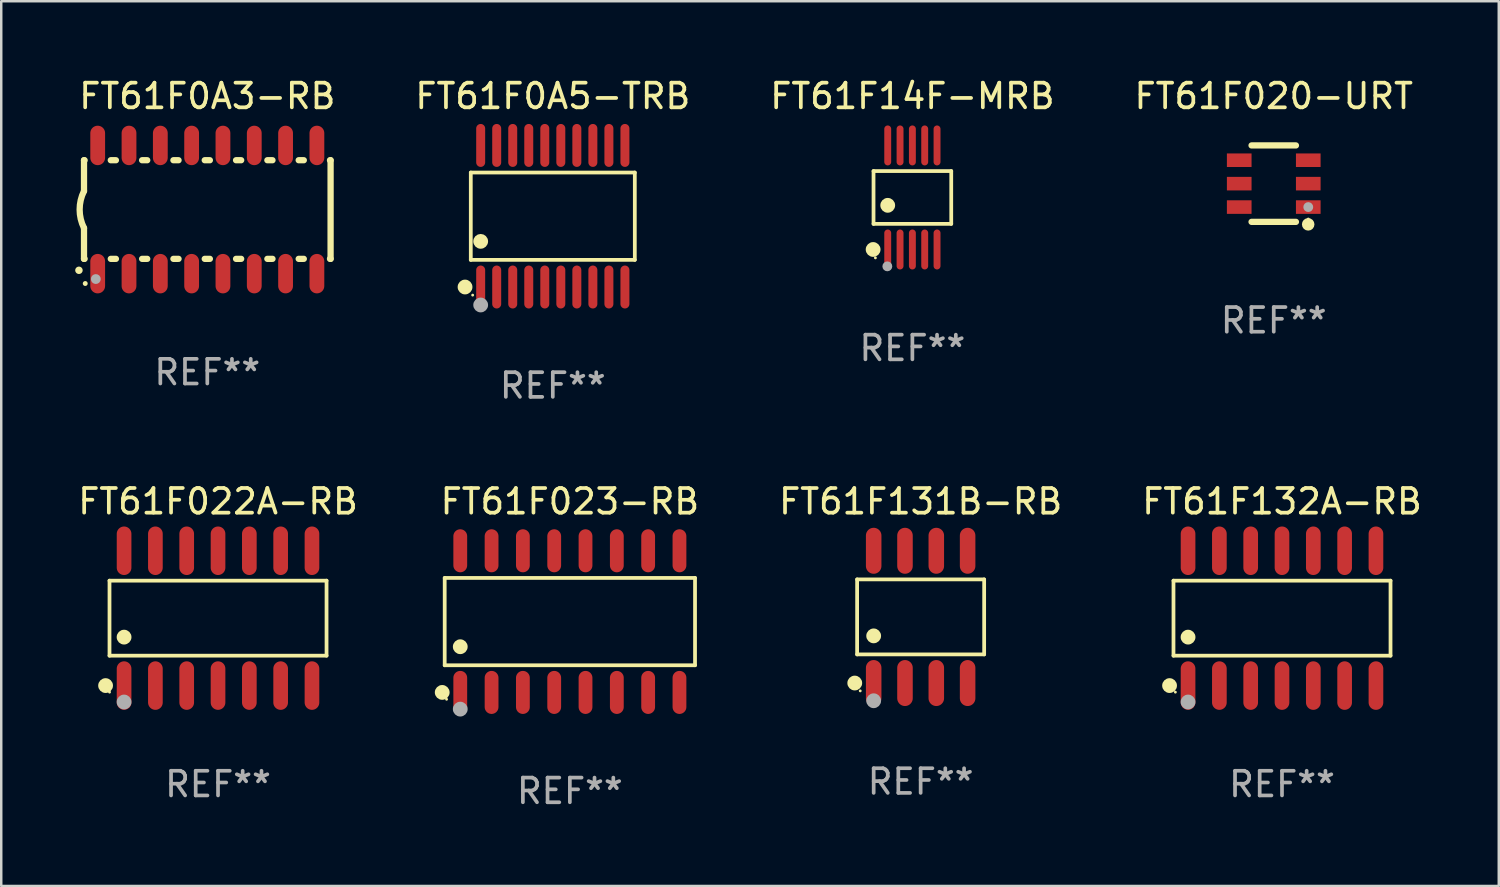
<source format=kicad_pcb>
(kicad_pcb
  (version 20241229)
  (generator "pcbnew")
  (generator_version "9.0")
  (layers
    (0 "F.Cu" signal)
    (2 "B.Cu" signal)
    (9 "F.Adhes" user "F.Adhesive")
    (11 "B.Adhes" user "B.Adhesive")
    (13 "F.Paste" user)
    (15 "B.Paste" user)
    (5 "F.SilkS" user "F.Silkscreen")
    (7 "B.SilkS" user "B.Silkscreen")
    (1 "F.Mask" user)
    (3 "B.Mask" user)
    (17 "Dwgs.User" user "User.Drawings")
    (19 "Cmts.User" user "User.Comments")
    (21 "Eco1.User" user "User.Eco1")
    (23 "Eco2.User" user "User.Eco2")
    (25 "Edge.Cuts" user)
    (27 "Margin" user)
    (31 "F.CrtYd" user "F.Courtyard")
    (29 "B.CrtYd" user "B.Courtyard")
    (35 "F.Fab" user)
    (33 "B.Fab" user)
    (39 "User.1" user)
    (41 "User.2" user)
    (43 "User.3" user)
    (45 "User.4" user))
  (footprint "FT61F14F-MRB"
    (layer "F.Cu")
    (at 33.952 4.958)
    (property "Reference" "FT61F14F-MRB" (at 0 -4.11 0) (layer "F.SilkS") (effects (font (size 1 1) (thickness 0.15))))
    (attr through_hole)
    (fp_line (start -1.576 -1.071) (end 1.576 -1.071) (stroke (width 0.152) (type solid)) (layer "F.SilkS"))
    (fp_line (start -1.576 1.071) (end -1.576 -1.071) (stroke (width 0.152) (type solid)) (layer "F.SilkS"))
    (fp_line (start 1.576 -1.071) (end 1.576 1.071) (stroke (width 0.152) (type solid)) (layer "F.SilkS"))
    (fp_line (start 1.576 1.071) (end -1.576 1.071) (stroke (width 0.152) (type solid)) (layer "F.SilkS"))
    (fp_circle (center -1.592 2.11) (end -1.442 2.11) (stroke (width 0.3) (type solid)) (fill no) (layer "F.SilkS"))
    (fp_circle (center -1.5 2.45) (end -1.47 2.45) (stroke (width 0.06) (type solid)) (fill no) (layer "F.SilkS"))
    (fp_circle (center -1 0.319) (end -0.85 0.319) (stroke (width 0.3) (type solid)) (fill no) (layer "F.SilkS"))
    (fp_circle (center -1.016 2.794) (end -0.916 2.794) (stroke (width 0.2) (type solid)) (fill no) (layer "F.Fab"))
    (fp_text user "REF**" (at 0 6.11 0) (layer "F.Fab") (effects (font (size 1 1) (thickness 0.15))))
    (pad "1" smd oval (at -1 2.11) (size 0.28 1.62) (layers "F.Cu" "F.Mask" "F.Paste"))
    (pad "2" smd oval (at -0.5 2.11) (size 0.28 1.62) (layers "F.Cu" "F.Mask" "F.Paste"))
    (pad "3" smd oval (at 0 2.11) (size 0.28 1.62) (layers "F.Cu" "F.Mask" "F.Paste"))
    (pad "4" smd oval (at 0.5 2.11) (size 0.28 1.62) (layers "F.Cu" "F.Mask" "F.Paste"))
    (pad "5" smd oval (at 1 2.11) (size 0.28 1.62) (layers "F.Cu" "F.Mask" "F.Paste"))
    (pad "6" smd oval (at 1 -2.11) (size 0.28 1.62) (layers "F.Cu" "F.Mask" "F.Paste"))
    (pad "7" smd oval (at 0.5 -2.11) (size 0.28 1.62) (layers "F.Cu" "F.Mask" "F.Paste"))
    (pad "8" smd oval (at 0 -2.11) (size 0.28 1.62) (layers "F.Cu" "F.Mask" "F.Paste"))
    (pad "9" smd oval (at -0.5 -2.11) (size 0.28 1.62) (layers "F.Cu" "F.Mask" "F.Paste"))
    (pad "10" smd oval (at -1 -2.11) (size 0.28 1.62) (layers "F.Cu" "F.Mask" "F.Paste")))
  (footprint "FT61F022A-RB"
    (layer "F.Cu")
    (at 5.792 22.02)
    (property "Reference" "FT61F022A-RB" (at 0 -4.734 0) (layer "F.SilkS") (effects (font (size 1 1) (thickness 0.15))))
    (attr through_hole)
    (fp_line (start -4.401 -1.521) (end 4.401 -1.521) (stroke (width 0.152) (type solid)) (layer "F.SilkS"))
    (fp_line (start -4.401 1.521) (end -4.401 -1.521) (stroke (width 0.152) (type solid)) (layer "F.SilkS"))
    (fp_line (start 4.401 -1.521) (end 4.401 1.521) (stroke (width 0.152) (type solid)) (layer "F.SilkS"))
    (fp_line (start 4.401 1.521) (end -4.401 1.521) (stroke (width 0.152) (type solid)) (layer "F.SilkS"))
    (fp_circle (center -4.56 2.734) (end -4.41 2.734) (stroke (width 0.3) (type solid)) (fill no) (layer "F.SilkS"))
    (fp_circle (center -4.4 3) (end -4.37 3) (stroke (width 0.06) (type solid)) (fill no) (layer "F.SilkS"))
    (fp_circle (center -3.81 0.769) (end -3.66 0.769) (stroke (width 0.3) (type solid)) (fill no) (layer "F.SilkS"))
    (fp_circle (center -3.81 3.4) (end -3.66 3.4) (stroke (width 0.3) (type solid)) (fill no) (layer "F.Fab"))
    (fp_text user "REF**" (at 0 6.734 0) (layer "F.Fab") (effects (font (size 1 1) (thickness 0.15))))
    (pad "1" smd oval (at -3.81 2.734) (size 0.595 1.968) (layers "F.Cu" "F.Mask" "F.Paste"))
    (pad "2" smd oval (at -2.54 2.734) (size 0.595 1.968) (layers "F.Cu" "F.Mask" "F.Paste"))
    (pad "3" smd oval (at -1.27 2.734) (size 0.595 1.968) (layers "F.Cu" "F.Mask" "F.Paste"))
    (pad "4" smd oval (at 0.000127 2.734) (size 0.595 1.968) (layers "F.Cu" "F.Mask" "F.Paste"))
    (pad "5" smd oval (at 1.27 2.734) (size 0.595 1.968) (layers "F.Cu" "F.Mask" "F.Paste"))
    (pad "6" smd oval (at 2.54 2.734) (size 0.595 1.968) (layers "F.Cu" "F.Mask" "F.Paste"))
    (pad "7" smd oval (at 3.81 2.734) (size 0.595 1.968) (layers "F.Cu" "F.Mask" "F.Paste"))
    (pad "8" smd oval (at 3.81 -2.734) (size 0.595 1.968) (layers "F.Cu" "F.Mask" "F.Paste"))
    (pad "9" smd oval (at 2.54 -2.734) (size 0.595 1.968) (layers "F.Cu" "F.Mask" "F.Paste"))
    (pad "10" smd oval (at 1.27 -2.734) (size 0.595 1.968) (layers "F.Cu" "F.Mask" "F.Paste"))
    (pad "11" smd oval (at 0.000127 -2.734) (size 0.595 1.968) (layers "F.Cu" "F.Mask" "F.Paste"))
    (pad "12" smd oval (at -1.27 -2.734) (size 0.595 1.968) (layers "F.Cu" "F.Mask" "F.Paste"))
    (pad "13" smd oval (at -2.54 -2.734) (size 0.595 1.968) (layers "F.Cu" "F.Mask" "F.Paste"))
    (pad "14" smd oval (at -3.81 -2.734) (size 0.595 1.968) (layers "F.Cu" "F.Mask" "F.Paste")))
  (footprint "FT61F023-RB"
    (layer "F.Cu")
    (at 20.061 22.159)
    (property "Reference" "FT61F023-RB" (at 0 -4.872 0) (layer "F.SilkS") (effects (font (size 1 1) (thickness 0.15))))
    (attr through_hole)
    (fp_line (start -5.076 -1.771) (end 5.076 -1.771) (stroke (width 0.152) (type solid)) (layer "F.SilkS"))
    (fp_line (start -5.076 1.771) (end -5.076 -1.771) (stroke (width 0.152) (type solid)) (layer "F.SilkS"))
    (fp_line (start 5.076 -1.771) (end 5.076 1.771) (stroke (width 0.152) (type solid)) (layer "F.SilkS"))
    (fp_line (start 5.076 1.771) (end -5.076 1.771) (stroke (width 0.152) (type solid)) (layer "F.SilkS"))
    (fp_circle (center -5.177 2.872) (end -5.027 2.872) (stroke (width 0.3) (type solid)) (fill no) (layer "F.SilkS"))
    (fp_circle (center -5 3.15) (end -4.97 3.15) (stroke (width 0.06) (type solid)) (fill no) (layer "F.SilkS"))
    (fp_circle (center -4.445 1.019) (end -4.295 1.019) (stroke (width 0.3) (type solid)) (fill no) (layer "F.SilkS"))
    (fp_circle (center -4.445 3.55) (end -4.295 3.55) (stroke (width 0.3) (type solid)) (fill no) (layer "F.Fab"))
    (fp_text user "REF**" (at 0 6.872 0) (layer "F.Fab") (effects (font (size 1 1) (thickness 0.15))))
    (pad "1" smd oval (at -4.445 2.872) (size 0.56 1.745) (layers "F.Cu" "F.Mask" "F.Paste"))
    (pad "2" smd oval (at -3.175 2.872) (size 0.56 1.745) (layers "F.Cu" "F.Mask" "F.Paste"))
    (pad "3" smd oval (at -1.905 2.872) (size 0.56 1.745) (layers "F.Cu" "F.Mask" "F.Paste"))
    (pad "4" smd oval (at -0.635 2.872) (size 0.56 1.745) (layers "F.Cu" "F.Mask" "F.Paste"))
    (pad "5" smd oval (at 0.635 2.872) (size 0.56 1.745) (layers "F.Cu" "F.Mask" "F.Paste"))
    (pad "6" smd oval (at 1.905 2.872) (size 0.56 1.745) (layers "F.Cu" "F.Mask" "F.Paste"))
    (pad "7" smd oval (at 3.175 2.872) (size 0.56 1.745) (layers "F.Cu" "F.Mask" "F.Paste"))
    (pad "8" smd oval (at 4.445 2.872) (size 0.56 1.745) (layers "F.Cu" "F.Mask" "F.Paste"))
    (pad "9" smd oval (at 4.445 -2.872) (size 0.56 1.745) (layers "F.Cu" "F.Mask" "F.Paste"))
    (pad "10" smd oval (at 3.175 -2.872) (size 0.56 1.745) (layers "F.Cu" "F.Mask" "F.Paste"))
    (pad "11" smd oval (at 1.905 -2.872) (size 0.56 1.745) (layers "F.Cu" "F.Mask" "F.Paste"))
    (pad "12" smd oval (at 0.635 -2.872) (size 0.56 1.745) (layers "F.Cu" "F.Mask" "F.Paste"))
    (pad "13" smd oval (at -0.635 -2.872) (size 0.56 1.745) (layers "F.Cu" "F.Mask" "F.Paste"))
    (pad "14" smd oval (at -1.905 -2.872) (size 0.56 1.745) (layers "F.Cu" "F.Mask" "F.Paste"))
    (pad "15" smd oval (at -3.175 -2.872) (size 0.56 1.745) (layers "F.Cu" "F.Mask" "F.Paste"))
    (pad "16" smd oval (at -4.445 -2.872) (size 0.56 1.745) (layers "F.Cu" "F.Mask" "F.Paste")))
  (footprint "FT61F131B-RB"
    (layer "F.Cu")
    (at 34.287 21.969)
    (property "Reference" "FT61F131B-RB" (at 0 -4.682 0) (layer "F.SilkS") (effects (font (size 1 1) (thickness 0.15))))
    (attr through_hole)
    (fp_line (start -2.576 -1.521) (end 2.576 -1.521) (stroke (width 0.152) (type solid)) (layer "F.SilkS"))
    (fp_line (start -2.576 1.521) (end -2.576 -1.521) (stroke (width 0.152) (type solid)) (layer "F.SilkS"))
    (fp_line (start 2.576 -1.521) (end 2.576 1.521) (stroke (width 0.152) (type solid)) (layer "F.SilkS"))
    (fp_line (start 2.576 1.521) (end -2.576 1.521) (stroke (width 0.152) (type solid)) (layer "F.SilkS"))
    (fp_circle (center -2.672 2.682) (end -2.522 2.682) (stroke (width 0.3) (type solid)) (fill no) (layer "F.SilkS"))
    (fp_circle (center -2.45 3) (end -2.42 3) (stroke (width 0.06) (type solid)) (fill no) (layer "F.SilkS"))
    (fp_circle (center -1.905 0.769) (end -1.755 0.769) (stroke (width 0.3) (type solid)) (fill no) (layer "F.SilkS"))
    (fp_circle (center -1.905 3.4) (end -1.755 3.4) (stroke (width 0.3) (type solid)) (fill no) (layer "F.Fab"))
    (fp_text user "REF**" (at 0 6.682 0) (layer "F.Fab") (effects (font (size 1 1) (thickness 0.15))))
    (pad "1" smd oval (at -1.905 2.682) (size 0.63 1.865) (layers "F.Cu" "F.Mask" "F.Paste"))
    (pad "2" smd oval (at -0.635 2.682) (size 0.63 1.865) (layers "F.Cu" "F.Mask" "F.Paste"))
    (pad "3" smd oval (at 0.635 2.682) (size 0.63 1.865) (layers "F.Cu" "F.Mask" "F.Paste"))
    (pad "4" smd oval (at 1.905 2.682) (size 0.63 1.865) (layers "F.Cu" "F.Mask" "F.Paste"))
    (pad "5" smd oval (at 1.905 -2.682) (size 0.63 1.865) (layers "F.Cu" "F.Mask" "F.Paste"))
    (pad "6" smd oval (at 0.635 -2.682) (size 0.63 1.865) (layers "F.Cu" "F.Mask" "F.Paste"))
    (pad "7" smd oval (at -0.635 -2.682) (size 0.63 1.865) (layers "F.Cu" "F.Mask" "F.Paste"))
    (pad "8" smd oval (at -1.905 -2.682) (size 0.63 1.865) (layers "F.Cu" "F.Mask" "F.Paste")))
  (footprint "FT61F0A3-RB"
    (layer "F.Cu")
    (at 5.357 5.448)
    (property "Reference" "FT61F0A3-RB" (at 0 -4.6 0) (layer "F.SilkS") (effects (font (size 1 1) (thickness 0.15))))
    (attr through_hole)
    (fp_line (start -5 -2) (end -5 -0.75) (stroke (width 0.254) (type solid)) (layer "F.SilkS"))
    (fp_line (start -5 -2) (end -4.976 -2) (stroke (width 0.254) (type solid)) (layer "F.SilkS"))
    (fp_line (start -5 2) (end -5 0.75) (stroke (width 0.254) (type solid)) (layer "F.SilkS"))
    (fp_line (start -5 2) (end -4.976 2) (stroke (width 0.254) (type solid)) (layer "F.SilkS"))
    (fp_line (start -3.914 -2) (end -3.706 -2) (stroke (width 0.254) (type solid)) (layer "F.SilkS"))
    (fp_line (start -3.914 2) (end -3.706 2) (stroke (width 0.254) (type solid)) (layer "F.SilkS"))
    (fp_line (start -2.644 -2) (end -2.436 -2) (stroke (width 0.254) (type solid)) (layer "F.SilkS"))
    (fp_line (start -2.644 2) (end -2.436 2) (stroke (width 0.254) (type solid)) (layer "F.SilkS"))
    (fp_line (start -1.374 -2) (end -1.166 -2) (stroke (width 0.254) (type solid)) (layer "F.SilkS"))
    (fp_line (start -1.374 2) (end -1.166 2) (stroke (width 0.254) (type solid)) (layer "F.SilkS"))
    (fp_line (start -0.104 -2) (end 0.104 -2) (stroke (width 0.254) (type solid)) (layer "F.SilkS"))
    (fp_line (start -0.104 2) (end 0.104 2) (stroke (width 0.254) (type solid)) (layer "F.SilkS"))
    (fp_line (start 1.166 -2) (end 1.374 -2) (stroke (width 0.254) (type solid)) (layer "F.SilkS"))
    (fp_line (start 1.166 2) (end 1.374 2) (stroke (width 0.254) (type solid)) (layer "F.SilkS"))
    (fp_line (start 2.436 -2) (end 2.644 -2) (stroke (width 0.254) (type solid)) (layer "F.SilkS"))
    (fp_line (start 2.436 2) (end 2.644 2) (stroke (width 0.254) (type solid)) (layer "F.SilkS"))
    (fp_line (start 3.706 -2) (end 3.914 -2) (stroke (width 0.254) (type solid)) (layer "F.SilkS"))
    (fp_line (start 3.706 2) (end 3.914 2) (stroke (width 0.254) (type solid)) (layer "F.SilkS"))
    (fp_line (start 4.976 -2) (end 5 -2) (stroke (width 0.254) (type solid)) (layer "F.SilkS"))
    (fp_line (start 4.976 2) (end 5 2) (stroke (width 0.254) (type solid)) (layer "F.SilkS"))
    (fp_line (start 5 2) (end 5 -2) (stroke (width 0.254) (type solid)) (layer "F.SilkS"))
    (fp_arc (start -5.20701 2.46383) (mid -5.20574 2.463825) (end -5.20447 2.46383) (stroke (width 0.3) (type solid)) (layer "F.SilkS"))
    (fp_arc (start -5 0.751207) (mid -5.177192 0.00061) (end -5 -0.749987) (stroke (width 0.254001) (type solid)) (layer "F.SilkS"))
    (fp_circle (center -4.95 3) (end -4.9 3) (stroke (width 0.1) (type solid)) (fill no) (layer "F.SilkS"))
    (fp_circle (center -4.521 2.819) (end -4.421 2.819) (stroke (width 0.2) (type solid)) (fill no) (layer "F.Fab"))
    (fp_text user "REF**" (at 0 6.6 0) (layer "F.Fab") (effects (font (size 1 1) (thickness 0.15))))
    (pad "1" smd oval (at -4.445 2.6 180) (size 0.6 1.6) (layers "F.Cu" "F.Mask" "F.Paste"))
    (pad "2" smd oval (at -3.175 2.6 180) (size 0.6 1.6) (layers "F.Cu" "F.Mask" "F.Paste"))
    (pad "3" smd oval (at -1.905 2.6 180) (size 0.6 1.6) (layers "F.Cu" "F.Mask" "F.Paste"))
    (pad "4" smd oval (at -0.635 2.6 180) (size 0.6 1.6) (layers "F.Cu" "F.Mask" "F.Paste"))
    (pad "5" smd oval (at 0.635 2.6 180) (size 0.6 1.6) (layers "F.Cu" "F.Mask" "F.Paste"))
    (pad "6" smd oval (at 1.905 2.6 180) (size 0.6 1.6) (layers "F.Cu" "F.Mask" "F.Paste"))
    (pad "7" smd oval (at 3.175 2.6 180) (size 0.6 1.6) (layers "F.Cu" "F.Mask" "F.Paste"))
    (pad "8" smd oval (at 4.445 2.6 180) (size 0.6 1.6) (layers "F.Cu" "F.Mask" "F.Paste"))
    (pad "9" smd oval (at 4.445 -2.6 180) (size 0.6 1.6) (layers "F.Cu" "F.Mask" "F.Paste"))
    (pad "10" smd oval (at 3.175 -2.6 180) (size 0.6 1.6) (layers "F.Cu" "F.Mask" "F.Paste"))
    (pad "11" smd oval (at 1.905 -2.6 180) (size 0.6 1.6) (layers "F.Cu" "F.Mask" "F.Paste"))
    (pad "12" smd oval (at 0.635 -2.6 180) (size 0.6 1.6) (layers "F.Cu" "F.Mask" "F.Paste"))
    (pad "13" smd oval (at -0.635 -2.6 180) (size 0.6 1.6) (layers "F.Cu" "F.Mask" "F.Paste"))
    (pad "14" smd oval (at -1.905 -2.6 180) (size 0.6 1.6) (layers "F.Cu" "F.Mask" "F.Paste"))
    (pad "15" smd oval (at -3.175 -2.6 180) (size 0.6 1.6) (layers "F.Cu" "F.Mask" "F.Paste"))
    (pad "16" smd oval (at -4.445 -2.6 180) (size 0.6 1.6) (layers "F.Cu" "F.Mask" "F.Paste")))
  (footprint "FT61F132A-RB"
    (layer "F.Cu")
    (at 48.942 22.02)
    (property "Reference" "FT61F132A-RB" (at 0 -4.734 0) (layer "F.SilkS") (effects (font (size 1 1) (thickness 0.15))))
    (attr through_hole)
    (fp_line (start -4.401 -1.521) (end 4.401 -1.521) (stroke (width 0.152) (type solid)) (layer "F.SilkS"))
    (fp_line (start -4.401 1.521) (end -4.401 -1.521) (stroke (width 0.152) (type solid)) (layer "F.SilkS"))
    (fp_line (start 4.401 -1.521) (end 4.401 1.521) (stroke (width 0.152) (type solid)) (layer "F.SilkS"))
    (fp_line (start 4.401 1.521) (end -4.401 1.521) (stroke (width 0.152) (type solid)) (layer "F.SilkS"))
    (fp_circle (center -4.56 2.734) (end -4.41 2.734) (stroke (width 0.3) (type solid)) (fill no) (layer "F.SilkS"))
    (fp_circle (center -4.325 3) (end -4.295 3) (stroke (width 0.06) (type solid)) (fill no) (layer "F.SilkS"))
    (fp_circle (center -3.81 0.769) (end -3.66 0.769) (stroke (width 0.3) (type solid)) (fill no) (layer "F.SilkS"))
    (fp_circle (center -3.81 3.4) (end -3.66 3.4) (stroke (width 0.3) (type solid)) (fill no) (layer "F.Fab"))
    (fp_text user "REF**" (at 0 6.734 0) (layer "F.Fab") (effects (font (size 1 1) (thickness 0.15))))
    (pad "1" smd oval (at -3.81 2.734) (size 0.595 1.968) (layers "F.Cu" "F.Mask" "F.Paste"))
    (pad "2" smd oval (at -2.54 2.734) (size 0.595 1.968) (layers "F.Cu" "F.Mask" "F.Paste"))
    (pad "3" smd oval (at -1.27 2.734) (size 0.595 1.968) (layers "F.Cu" "F.Mask" "F.Paste"))
    (pad "4" smd oval (at 0 2.734) (size 0.595 1.968) (layers "F.Cu" "F.Mask" "F.Paste"))
    (pad "5" smd oval (at 1.27 2.734) (size 0.595 1.968) (layers "F.Cu" "F.Mask" "F.Paste"))
    (pad "6" smd oval (at 2.54 2.734) (size 0.595 1.968) (layers "F.Cu" "F.Mask" "F.Paste"))
    (pad "7" smd oval (at 3.81 2.734) (size 0.595 1.968) (layers "F.Cu" "F.Mask" "F.Paste"))
    (pad "8" smd oval (at 3.81 -2.734) (size 0.595 1.968) (layers "F.Cu" "F.Mask" "F.Paste"))
    (pad "9" smd oval (at 2.54 -2.734) (size 0.595 1.968) (layers "F.Cu" "F.Mask" "F.Paste"))
    (pad "10" smd oval (at 1.27 -2.734) (size 0.595 1.968) (layers "F.Cu" "F.Mask" "F.Paste"))
    (pad "11" smd oval (at 0 -2.734) (size 0.595 1.968) (layers "F.Cu" "F.Mask" "F.Paste"))
    (pad "12" smd oval (at -1.27 -2.734) (size 0.595 1.968) (layers "F.Cu" "F.Mask" "F.Paste"))
    (pad "13" smd oval (at -2.54 -2.734) (size 0.595 1.968) (layers "F.Cu" "F.Mask" "F.Paste"))
    (pad "14" smd oval (at -3.81 -2.734) (size 0.595 1.968) (layers "F.Cu" "F.Mask" "F.Paste")))
  (footprint "FT61F0A5-TRB"
    (layer "F.Cu")
    (at 19.369 5.719)
    (property "Reference" "FT61F0A5-TRB" (at 0 -4.871 0) (layer "F.SilkS") (effects (font (size 1 1) (thickness 0.15))))
    (attr through_hole)
    (fp_line (start -3.326 -1.771) (end 3.326 -1.771) (stroke (width 0.152) (type solid)) (layer "F.SilkS"))
    (fp_line (start -3.326 1.771) (end -3.326 -1.771) (stroke (width 0.152) (type solid)) (layer "F.SilkS"))
    (fp_line (start 3.326 -1.771) (end 3.326 1.771) (stroke (width 0.152) (type solid)) (layer "F.SilkS"))
    (fp_line (start 3.326 1.771) (end -3.326 1.771) (stroke (width 0.152) (type solid)) (layer "F.SilkS"))
    (fp_circle (center -3.559 2.871) (end -3.409 2.871) (stroke (width 0.3) (type solid)) (fill no) (layer "F.SilkS"))
    (fp_circle (center -3.25 3.2) (end -3.22 3.2) (stroke (width 0.06) (type solid)) (fill no) (layer "F.SilkS"))
    (fp_circle (center -2.925 1.019) (end -2.775 1.019) (stroke (width 0.3) (type solid)) (fill no) (layer "F.SilkS"))
    (fp_circle (center -2.925 3.6) (end -2.775 3.6) (stroke (width 0.3) (type solid)) (fill no) (layer "F.Fab"))
    (fp_text user "REF**" (at 0 6.871 0) (layer "F.Fab") (effects (font (size 1 1) (thickness 0.15))))
    (pad "1" smd oval (at -2.925 2.871) (size 0.364 1.742) (layers "F.Cu" "F.Mask" "F.Paste"))
    (pad "2" smd oval (at -2.275 2.871) (size 0.364 1.742) (layers "F.Cu" "F.Mask" "F.Paste"))
    (pad "3" smd oval (at -1.625 2.871) (size 0.364 1.742) (layers "F.Cu" "F.Mask" "F.Paste"))
    (pad "4" smd oval (at -0.975 2.871) (size 0.364 1.742) (layers "F.Cu" "F.Mask" "F.Paste"))
    (pad "5" smd oval (at -0.325 2.871) (size 0.364 1.742) (layers "F.Cu" "F.Mask" "F.Paste"))
    (pad "6" smd oval (at 0.325 2.871) (size 0.364 1.742) (layers "F.Cu" "F.Mask" "F.Paste"))
    (pad "7" smd oval (at 0.975 2.871) (size 0.364 1.742) (layers "F.Cu" "F.Mask" "F.Paste"))
    (pad "8" smd oval (at 1.625 2.871) (size 0.364 1.742) (layers "F.Cu" "F.Mask" "F.Paste"))
    (pad "9" smd oval (at 2.275 2.871) (size 0.364 1.742) (layers "F.Cu" "F.Mask" "F.Paste"))
    (pad "10" smd oval (at 2.925 2.871) (size 0.364 1.742) (layers "F.Cu" "F.Mask" "F.Paste"))
    (pad "11" smd oval (at 2.925 -2.871) (size 0.364 1.742) (layers "F.Cu" "F.Mask" "F.Paste"))
    (pad "12" smd oval (at 2.275 -2.871) (size 0.364 1.742) (layers "F.Cu" "F.Mask" "F.Paste"))
    (pad "13" smd oval (at 1.625 -2.871) (size 0.364 1.742) (layers "F.Cu" "F.Mask" "F.Paste"))
    (pad "14" smd oval (at 0.975 -2.871) (size 0.364 1.742) (layers "F.Cu" "F.Mask" "F.Paste"))
    (pad "15" smd oval (at 0.325 -2.871) (size 0.364 1.742) (layers "F.Cu" "F.Mask" "F.Paste"))
    (pad "16" smd oval (at -0.325 -2.871) (size 0.364 1.742) (layers "F.Cu" "F.Mask" "F.Paste"))
    (pad "17" smd oval (at -0.975 -2.871) (size 0.364 1.742) (layers "F.Cu" "F.Mask" "F.Paste"))
    (pad "18" smd oval (at -1.625 -2.871) (size 0.364 1.742) (layers "F.Cu" "F.Mask" "F.Paste"))
    (pad "19" smd oval (at -2.275 -2.871) (size 0.364 1.742) (layers "F.Cu" "F.Mask" "F.Paste"))
    (pad "20" smd oval (at -2.925 -2.871) (size 0.364 1.742) (layers "F.Cu" "F.Mask" "F.Paste")))
  (footprint "FT61F020-URT"
    (layer "F.Cu")
    (at 48.607 4.398)
    (property "Reference" "FT61F020-URT" (at 0 -3.55 0) (layer "F.SilkS") (effects (font (size 1 1) (thickness 0.15))))
    (attr through_hole)
    (fp_line (start -0.9 -1.55) (end 0.9 -1.55) (stroke (width 0.254) (type solid)) (layer "F.SilkS"))
    (fp_line (start -0.9 1.55) (end 0.9 1.55) (stroke (width 0.254) (type solid)) (layer "F.SilkS"))
    (fp_circle (center 1.397 1.651) (end 1.524 1.651) (stroke (width 0.254) (type solid)) (fill no) (layer "F.SilkS"))
    (fp_circle (center 1.4 1.435) (end 1.43 1.435) (stroke (width 0.06) (type solid)) (fill no) (layer "F.SilkS"))
    (fp_circle (center 1.4 0.95) (end 1.5 0.95) (stroke (width 0.2) (type solid)) (fill no) (layer "F.Fab"))
    (fp_text user "REF**" (at 0 5.55 0) (layer "F.Fab") (effects (font (size 1 1) (thickness 0.15))))
    (pad "1" smd rect (at 1.4 0.95) (size 1 0.55) (layers "F.Cu" "F.Mask" "F.Paste"))
    (pad "2" smd rect (at 1.4 -0.000102) (size 1 0.55) (layers "F.Cu" "F.Mask" "F.Paste"))
    (pad "3" smd rect (at 1.4 -0.95) (size 1 0.55) (layers "F.Cu" "F.Mask" "F.Paste"))
    (pad "4" smd rect (at -1.4 -0.95) (size 1 0.55) (layers "F.Cu" "F.Mask" "F.Paste"))
    (pad "5" smd rect (at -1.4 -0.000102) (size 1 0.55) (layers "F.Cu" "F.Mask" "F.Paste"))
    (pad "6" smd rect (at -1.4 0.95) (size 1 0.55) (layers "F.Cu" "F.Mask" "F.Paste")))
  (gr_rect
    (start -3 -3)
    (end 57.733 32.88)
    (stroke (width 0.1) (type default))
    (fill no)
    (layer "Edge.Cuts")))
</source>
